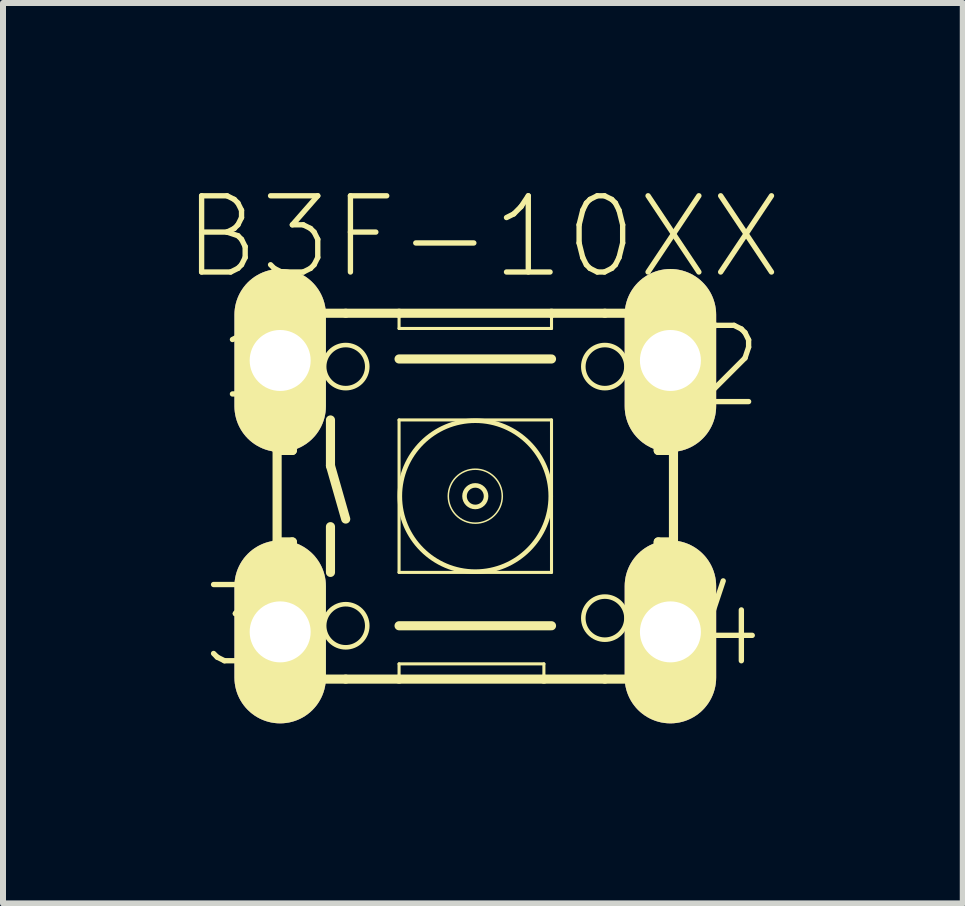
<source format=kicad_pcb>
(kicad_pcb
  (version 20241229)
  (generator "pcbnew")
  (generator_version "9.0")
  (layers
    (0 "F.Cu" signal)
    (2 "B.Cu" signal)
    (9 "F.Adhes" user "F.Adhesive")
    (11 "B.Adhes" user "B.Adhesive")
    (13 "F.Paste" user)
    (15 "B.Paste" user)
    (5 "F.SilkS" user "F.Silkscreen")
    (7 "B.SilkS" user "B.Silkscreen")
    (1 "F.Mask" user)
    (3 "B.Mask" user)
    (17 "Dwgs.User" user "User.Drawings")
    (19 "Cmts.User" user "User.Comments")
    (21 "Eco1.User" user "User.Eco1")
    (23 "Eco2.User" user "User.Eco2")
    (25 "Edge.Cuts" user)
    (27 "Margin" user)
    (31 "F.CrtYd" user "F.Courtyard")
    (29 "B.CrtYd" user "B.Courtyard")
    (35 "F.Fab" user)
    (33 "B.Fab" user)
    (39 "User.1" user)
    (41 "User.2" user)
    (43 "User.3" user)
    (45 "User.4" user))
  (footprint "B3F-10XX"
    (layer "F.Cu")
    (at 4.869 5.217)
    (property "Reference" "B3F-10XX" (at 0.127 -4.318 0) (layer "F.SilkS") (effects (font (size 1.27 1.27) (thickness 0.089))))
    (attr exclude_from_pos_files exclude_from_bom)
    (fp_line (start -3.302 -0.762) (end -3.302 0.762) (stroke (width 0.152) (type solid)) (layer "F.SilkS"))
    (fp_line (start -3.302 -0.762) (end -3.048 -0.762) (stroke (width 0.152) (type solid)) (layer "F.SilkS"))
    (fp_line (start -3.048 -2.54) (end -3.048 -1.016) (stroke (width 0.152) (type solid)) (layer "F.SilkS"))
    (fp_line (start -3.048 -0.762) (end -3.048 -1.016) (stroke (width 0.152) (type solid)) (layer "F.SilkS"))
    (fp_line (start -3.048 0.762) (end -3.302 0.762) (stroke (width 0.152) (type solid)) (layer "F.SilkS"))
    (fp_line (start -3.048 0.762) (end -3.048 1.016) (stroke (width 0.152) (type solid)) (layer "F.SilkS"))
    (fp_line (start -3.048 2.54) (end -3.048 1.016) (stroke (width 0.152) (type solid)) (layer "F.SilkS"))
    (fp_line (start -2.54 -3.048) (end -3.048 -2.54) (stroke (width 0.152) (type solid)) (layer "F.SilkS"))
    (fp_line (start -2.54 -3.048) (end -2.159 -3.048) (stroke (width 0.152) (type solid)) (layer "F.SilkS"))
    (fp_line (start -2.54 3.048) (end -3.048 2.54) (stroke (width 0.152) (type solid)) (layer "F.SilkS"))
    (fp_line (start -2.54 3.048) (end -2.159 3.048) (stroke (width 0.152) (type solid)) (layer "F.SilkS"))
    (fp_line (start -2.413 -1.27) (end -2.413 -0.508) (stroke (width 0.152) (type solid)) (layer "F.SilkS"))
    (fp_line (start -2.413 -0.508) (end -2.159 0.381) (stroke (width 0.152) (type solid)) (layer "F.SilkS"))
    (fp_line (start -2.413 0.508) (end -2.413 1.27) (stroke (width 0.152) (type solid)) (layer "F.SilkS"))
    (fp_line (start -2.159 3.048) (end -1.27 3.048) (stroke (width 0.152) (type solid)) (layer "F.SilkS"))
    (fp_line (start -1.27 -3.048) (end -2.159 -3.048) (stroke (width 0.152) (type solid)) (layer "F.SilkS"))
    (fp_line (start -1.27 -3.048) (end -1.27 -2.794) (stroke (width 0.051) (type solid)) (layer "F.SilkS"))
    (fp_line (start -1.27 -1.27) (end -1.27 1.27) (stroke (width 0.051) (type solid)) (layer "F.SilkS"))
    (fp_line (start -1.27 -1.27) (end 1.27 -1.27) (stroke (width 0.051) (type solid)) (layer "F.SilkS"))
    (fp_line (start -1.27 2.159) (end 1.27 2.159) (stroke (width 0.152) (type solid)) (layer "F.SilkS"))
    (fp_line (start -1.27 2.794) (end -1.27 3.048) (stroke (width 0.051) (type solid)) (layer "F.SilkS"))
    (fp_line (start -1.27 3.048) (end 1.143 3.048) (stroke (width 0.152) (type solid)) (layer "F.SilkS"))
    (fp_line (start 1.143 2.794) (end -1.27 2.794) (stroke (width 0.051) (type solid)) (layer "F.SilkS"))
    (fp_line (start 1.143 2.794) (end 1.143 3.048) (stroke (width 0.051) (type solid)) (layer "F.SilkS"))
    (fp_line (start 1.143 3.048) (end 2.159 3.048) (stroke (width 0.152) (type solid)) (layer "F.SilkS"))
    (fp_line (start 1.27 -3.048) (end -1.27 -3.048) (stroke (width 0.152) (type solid)) (layer "F.SilkS"))
    (fp_line (start 1.27 -2.794) (end -1.27 -2.794) (stroke (width 0.051) (type solid)) (layer "F.SilkS"))
    (fp_line (start 1.27 -2.794) (end 1.27 -3.048) (stroke (width 0.051) (type solid)) (layer "F.SilkS"))
    (fp_line (start 1.27 -2.286) (end -1.27 -2.286) (stroke (width 0.152) (type solid)) (layer "F.SilkS"))
    (fp_line (start 1.27 1.27) (end -1.27 1.27) (stroke (width 0.051) (type solid)) (layer "F.SilkS"))
    (fp_line (start 1.27 1.27) (end 1.27 -1.27) (stroke (width 0.051) (type solid)) (layer "F.SilkS"))
    (fp_line (start 2.159 -3.048) (end 1.27 -3.048) (stroke (width 0.152) (type solid)) (layer "F.SilkS"))
    (fp_line (start 2.54 -3.048) (end 2.159 -3.048) (stroke (width 0.152) (type solid)) (layer "F.SilkS"))
    (fp_line (start 2.54 3.048) (end 2.159 3.048) (stroke (width 0.152) (type solid)) (layer "F.SilkS"))
    (fp_line (start 2.54 3.048) (end 3.048 2.54) (stroke (width 0.152) (type solid)) (layer "F.SilkS"))
    (fp_line (start 3.048 -2.54) (end 2.54 -3.048) (stroke (width 0.152) (type solid)) (layer "F.SilkS"))
    (fp_line (start 3.048 -1.016) (end 3.048 -2.54) (stroke (width 0.152) (type solid)) (layer "F.SilkS"))
    (fp_line (start 3.048 -0.762) (end 3.048 -1.016) (stroke (width 0.152) (type solid)) (layer "F.SilkS"))
    (fp_line (start 3.048 -0.762) (end 3.302 -0.762) (stroke (width 0.152) (type solid)) (layer "F.SilkS"))
    (fp_line (start 3.048 0.762) (end 3.048 1.016) (stroke (width 0.152) (type solid)) (layer "F.SilkS"))
    (fp_line (start 3.048 2.54) (end 3.048 1.016) (stroke (width 0.152) (type solid)) (layer "F.SilkS"))
    (fp_line (start 3.302 0.762) (end 3.048 0.762) (stroke (width 0.152) (type solid)) (layer "F.SilkS"))
    (fp_line (start 3.302 0.762) (end 3.302 -0.762) (stroke (width 0.152) (type solid)) (layer "F.SilkS"))
    (fp_circle (center -2.159 -2.159) (end -2.413 -2.413) (stroke (width 0.076) (type solid)) (fill no) (layer "F.SilkS"))
    (fp_circle (center -2.159 2.159) (end -2.413 2.413) (stroke (width 0.076) (type solid)) (fill no) (layer "F.SilkS"))
    (fp_circle (center 0 0) (end -0.889 0.889) (stroke (width 0.076) (type solid)) (fill no) (layer "F.SilkS"))
    (fp_circle (center 0 0) (end -0.318 0.318) (stroke (width 0.025) (type solid)) (fill no) (layer "F.SilkS"))
    (fp_circle (center 0 0) (end -0.127 0.127) (stroke (width 0.076) (type solid)) (fill no) (layer "F.SilkS"))
    (fp_circle (center 2.159 -2.159) (end 2.413 -2.413) (stroke (width 0.076) (type solid)) (fill no) (layer "F.SilkS"))
    (fp_circle (center 2.159 2.032) (end 2.413 2.286) (stroke (width 0.076) (type solid)) (fill no) (layer "F.SilkS"))
    (fp_text user "4" (at 4.191 2.159 0) (layer "F.SilkS") (effects (font (size 1.27 1.27) (thickness 0.089))))
    (fp_text user "3" (at -3.937 2.159 0) (layer "F.SilkS") (effects (font (size 1.27 1.27) (thickness 0.089))))
    (fp_text user "1" (at -3.683 -2.286 0) (layer "F.SilkS") (effects (font (size 1.27 1.27) (thickness 0.089))))
    (fp_text user "2" (at 4.191 -2.159 0) (layer "F.SilkS") (effects (font (size 1.27 1.27) (thickness 0.089))))
    (pad "1" thru_hole oval (at -3.251 -2.261) (size 1.524 3.048) (drill 1.016) (layers "*.Cu" "F.Mask" "F.SilkS" "F.Paste"))
    (pad "2" thru_hole oval (at 3.251 -2.261) (size 1.524 3.048) (drill 1.016) (layers "*.Cu" "F.Mask" "F.SilkS" "F.Paste"))
    (pad "3" thru_hole oval (at -3.251 2.261) (size 1.524 3.048) (drill 1.016) (layers "*.Cu" "F.Mask" "F.SilkS" "F.Paste"))
    (pad "4" thru_hole oval (at 3.251 2.261) (size 1.524 3.048) (drill 1.016) (layers "*.Cu" "F.Mask" "F.SilkS" "F.Paste")))
  (gr_rect
    (start -3 -3)
    (end 12.991 12.002)
    (stroke (width 0.1) (type default))
    (fill no)
    (layer "Edge.Cuts")))
</source>
